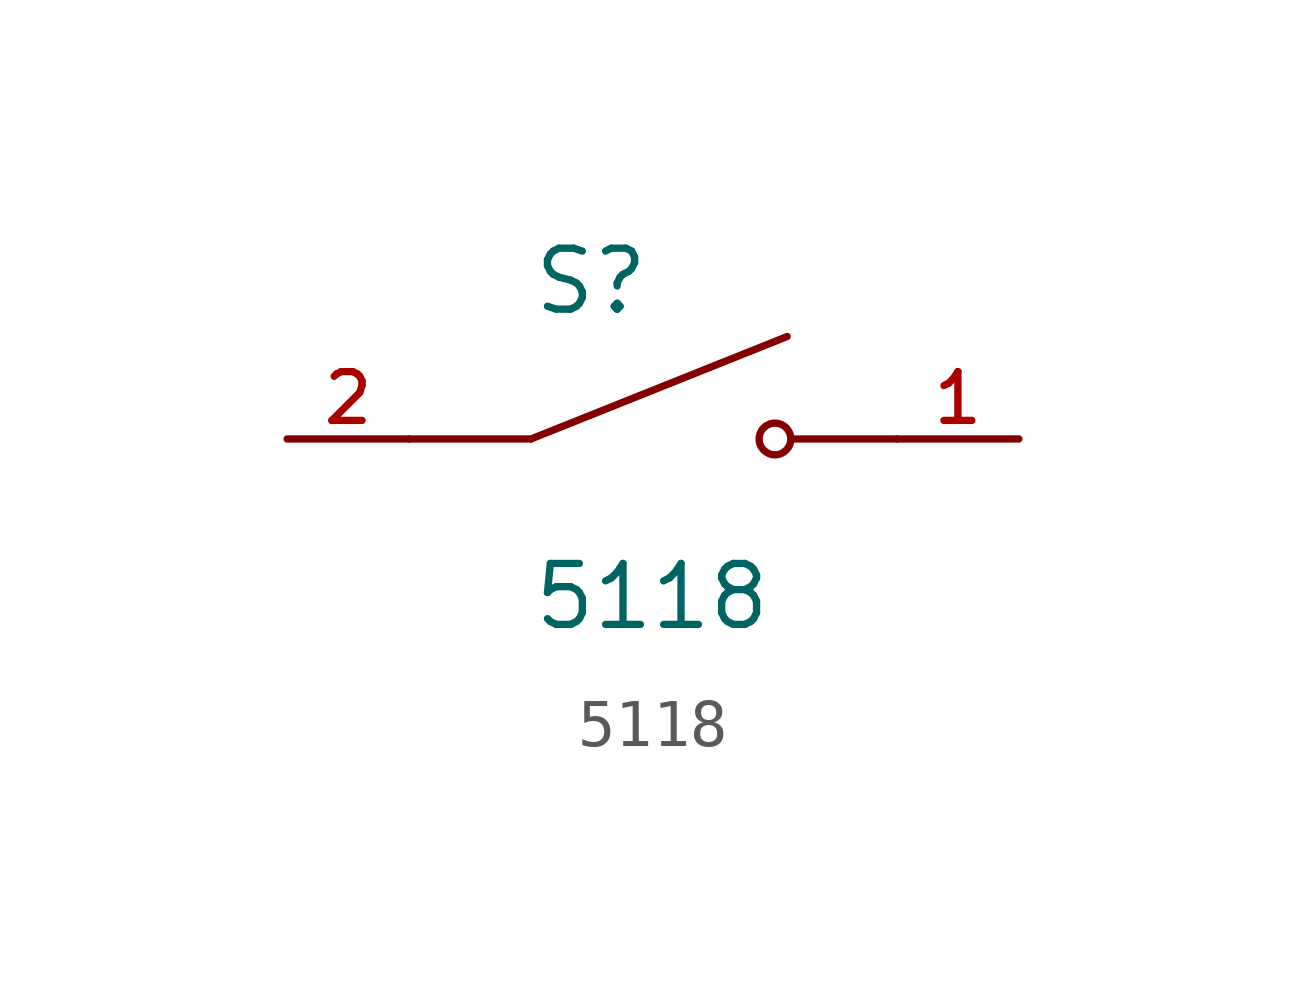
<source format=kicad_sym>
(kicad_symbol_lib
  (version 20211014)
  (generator kicad_symbol_editor)
  (symbol "5118"
    (pin_names
      (offset 1.016))
    (property "Reference" "S"
      (at -2.54 2.54 0)
      (effects (font (size 1.27 1.27)) (justify bottom left)))
    (property "Value" "5118"
      (at -2.54 -2.54 0)
      (effects (font (size 1.27 1.27)) (justify top left)))
    (symbol "5118_0_0"
      (polyline (pts (xy -2.54 0.0) (xy 2.794 2.134)) (stroke (width 0.152)))
      (circle (center 2.54 0.0) (radius 0.33) (stroke (width 0.152)) (fill (type none)))
      (polyline (pts (xy 5.08 0.0) (xy 2.921 0.0)) (stroke (width 0.152)))
      (polyline (pts (xy -2.54 0.0) (xy -5.08 0.0)) (stroke (width 0.152)))
      (pin passive line (at -7.62 0.0 0) (length 2.54) (name "~" (effects (font (size 1.016 1.016)))) (number "2" (effects (font (size 1.016 1.016)))))
      (pin passive line (at 7.62 0.0 180.0) (length 2.54) (name "~" (effects (font (size 1.016 1.016)))) (number "1" (effects (font (size 1.016 1.016))))))))
</source>
